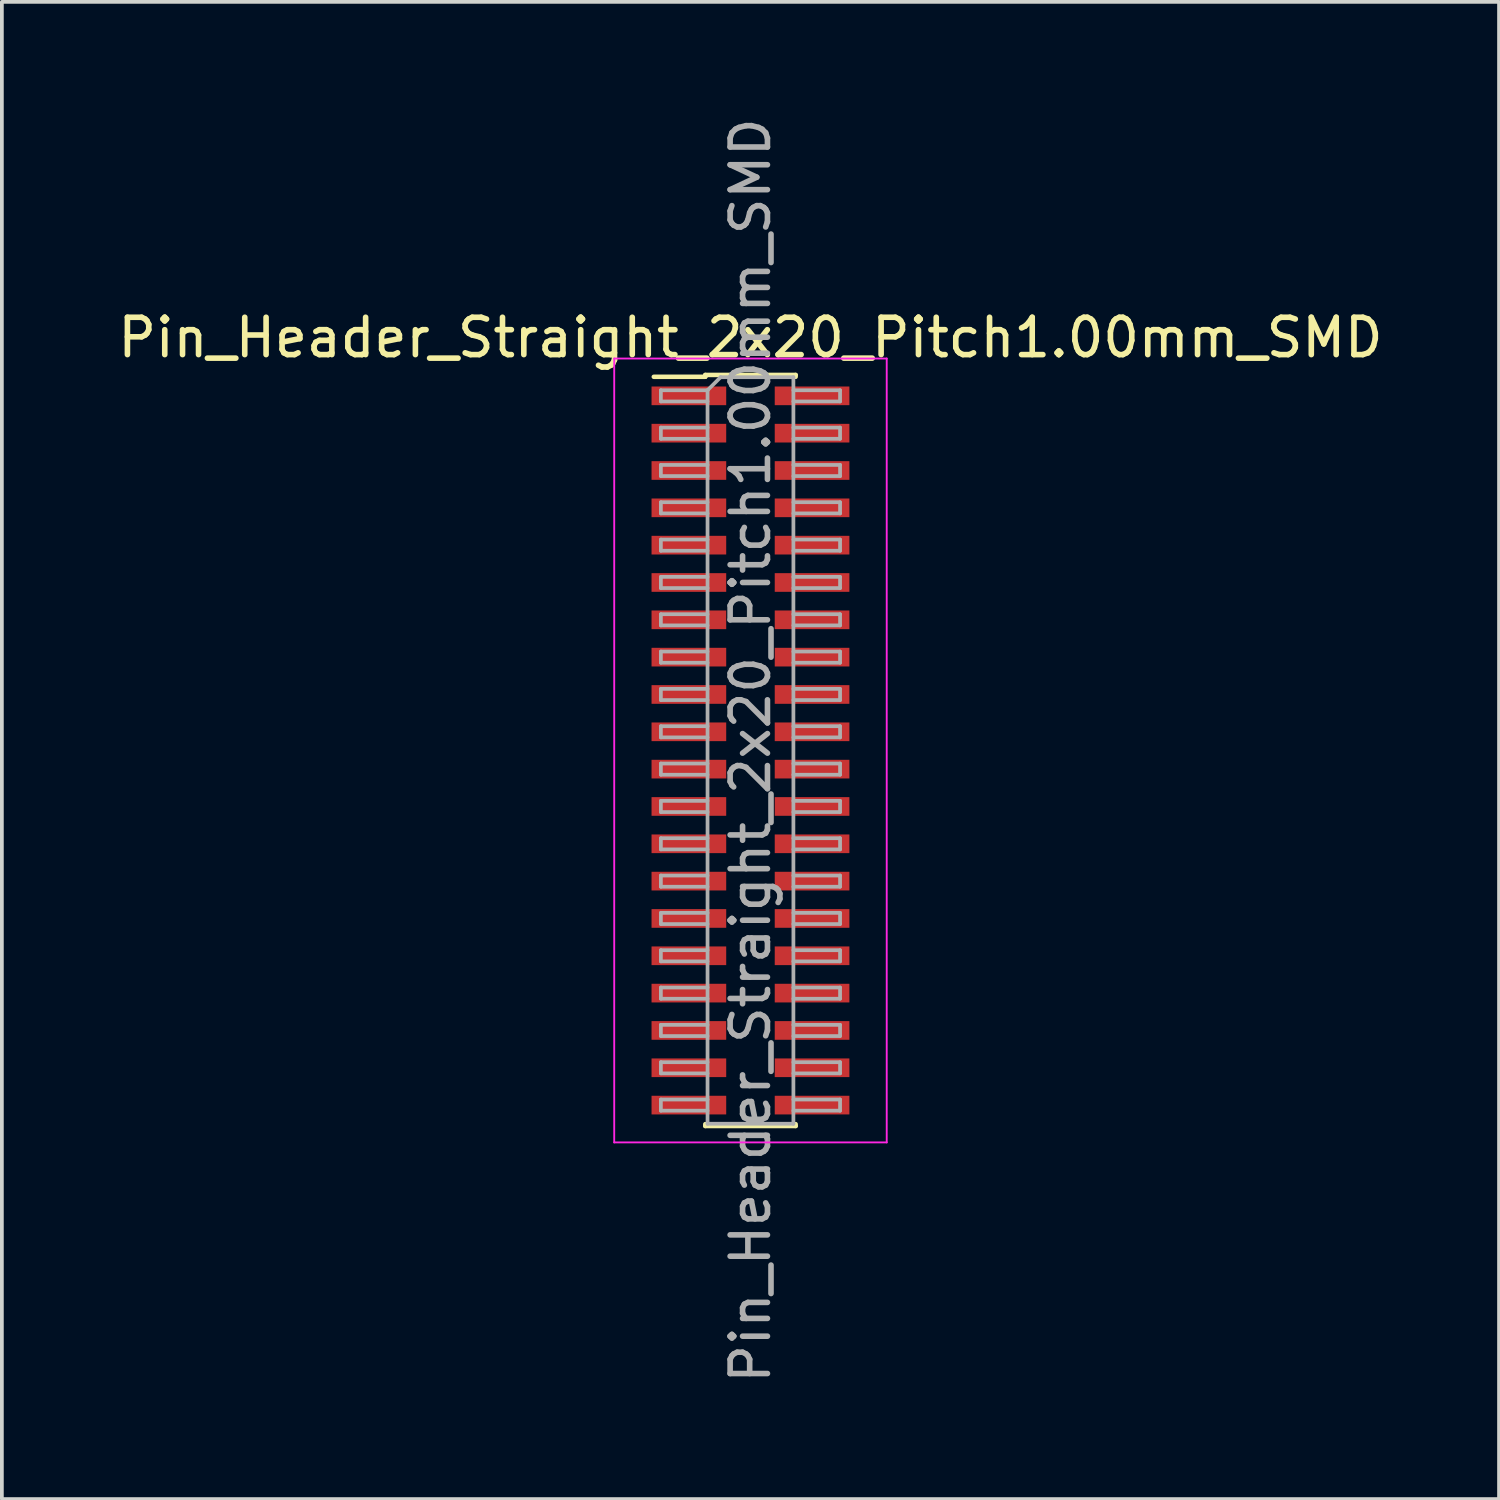
<source format=kicad_pcb>
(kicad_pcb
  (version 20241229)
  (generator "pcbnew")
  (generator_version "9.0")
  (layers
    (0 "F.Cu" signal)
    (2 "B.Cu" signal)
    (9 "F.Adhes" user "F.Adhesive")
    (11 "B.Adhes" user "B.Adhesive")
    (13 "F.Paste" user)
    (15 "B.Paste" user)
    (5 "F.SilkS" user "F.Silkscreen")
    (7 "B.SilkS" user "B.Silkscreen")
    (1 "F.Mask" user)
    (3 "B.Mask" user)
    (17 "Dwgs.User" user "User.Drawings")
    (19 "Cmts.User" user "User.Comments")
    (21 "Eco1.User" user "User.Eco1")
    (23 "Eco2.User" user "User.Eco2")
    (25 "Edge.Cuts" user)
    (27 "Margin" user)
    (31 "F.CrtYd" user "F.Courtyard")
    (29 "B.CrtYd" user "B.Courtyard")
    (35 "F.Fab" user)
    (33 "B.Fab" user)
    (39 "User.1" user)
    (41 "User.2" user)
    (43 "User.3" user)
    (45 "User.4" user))
  (footprint "Pin_Header_Straight_2x20_Pitch1.00mm_SMD"
    (layer "F.Cu")
    (at 17.054 17.054)
    (property "Reference" "Pin_Header_Straight_2x20_Pitch1.00mm_SMD" (at 0 -11.06 0) (layer "F.SilkS") (effects (font (size 1 1) (thickness 0.15))))
    (attr smd)
    (fp_line (start -2.59 -10.01) (end -1.21 -10.01) (stroke (width 0.12) (type solid)) (layer "F.SilkS"))
    (fp_line (start -1.21 -10.06) (end -1.21 -10.01) (stroke (width 0.12) (type solid)) (layer "F.SilkS"))
    (fp_line (start -1.21 -10.06) (end 1.21 -10.06) (stroke (width 0.12) (type solid)) (layer "F.SilkS"))
    (fp_line (start -1.21 10.01) (end -1.21 10.06) (stroke (width 0.12) (type solid)) (layer "F.SilkS"))
    (fp_line (start -1.21 10.06) (end 1.21 10.06) (stroke (width 0.12) (type solid)) (layer "F.SilkS"))
    (fp_line (start 1.21 -10.06) (end 1.21 -10.01) (stroke (width 0.12) (type solid)) (layer "F.SilkS"))
    (fp_line (start 1.21 10.01) (end 1.21 10.06) (stroke (width 0.12) (type solid)) (layer "F.SilkS"))
    (fp_line (start -3.65 -10.5) (end -3.65 10.5) (stroke (width 0.05) (type solid)) (layer "F.CrtYd"))
    (fp_line (start -3.65 10.5) (end 3.65 10.5) (stroke (width 0.05) (type solid)) (layer "F.CrtYd"))
    (fp_line (start 3.65 -10.5) (end -3.65 -10.5) (stroke (width 0.05) (type solid)) (layer "F.CrtYd"))
    (fp_line (start 3.65 10.5) (end 3.65 -10.5) (stroke (width 0.05) (type solid)) (layer "F.CrtYd"))
    (fp_line (start -2.4 -9.65) (end -2.4 -9.35) (stroke (width 0.1) (type solid)) (layer "F.Fab"))
    (fp_line (start -2.4 -9.35) (end -1.15 -9.35) (stroke (width 0.1) (type solid)) (layer "F.Fab"))
    (fp_line (start -2.4 -8.65) (end -2.4 -8.35) (stroke (width 0.1) (type solid)) (layer "F.Fab"))
    (fp_line (start -2.4 -8.35) (end -1.15 -8.35) (stroke (width 0.1) (type solid)) (layer "F.Fab"))
    (fp_line (start -2.4 -7.65) (end -2.4 -7.35) (stroke (width 0.1) (type solid)) (layer "F.Fab"))
    (fp_line (start -2.4 -7.35) (end -1.15 -7.35) (stroke (width 0.1) (type solid)) (layer "F.Fab"))
    (fp_line (start -2.4 -6.65) (end -2.4 -6.35) (stroke (width 0.1) (type solid)) (layer "F.Fab"))
    (fp_line (start -2.4 -6.35) (end -1.15 -6.35) (stroke (width 0.1) (type solid)) (layer "F.Fab"))
    (fp_line (start -2.4 -5.65) (end -2.4 -5.35) (stroke (width 0.1) (type solid)) (layer "F.Fab"))
    (fp_line (start -2.4 -5.35) (end -1.15 -5.35) (stroke (width 0.1) (type solid)) (layer "F.Fab"))
    (fp_line (start -2.4 -4.65) (end -2.4 -4.35) (stroke (width 0.1) (type solid)) (layer "F.Fab"))
    (fp_line (start -2.4 -4.35) (end -1.15 -4.35) (stroke (width 0.1) (type solid)) (layer "F.Fab"))
    (fp_line (start -2.4 -3.65) (end -2.4 -3.35) (stroke (width 0.1) (type solid)) (layer "F.Fab"))
    (fp_line (start -2.4 -3.35) (end -1.15 -3.35) (stroke (width 0.1) (type solid)) (layer "F.Fab"))
    (fp_line (start -2.4 -2.65) (end -2.4 -2.35) (stroke (width 0.1) (type solid)) (layer "F.Fab"))
    (fp_line (start -2.4 -2.35) (end -1.15 -2.35) (stroke (width 0.1) (type solid)) (layer "F.Fab"))
    (fp_line (start -2.4 -1.65) (end -2.4 -1.35) (stroke (width 0.1) (type solid)) (layer "F.Fab"))
    (fp_line (start -2.4 -1.35) (end -1.15 -1.35) (stroke (width 0.1) (type solid)) (layer "F.Fab"))
    (fp_line (start -2.4 -0.65) (end -2.4 -0.35) (stroke (width 0.1) (type solid)) (layer "F.Fab"))
    (fp_line (start -2.4 -0.35) (end -1.15 -0.35) (stroke (width 0.1) (type solid)) (layer "F.Fab"))
    (fp_line (start -2.4 0.35) (end -2.4 0.65) (stroke (width 0.1) (type solid)) (layer "F.Fab"))
    (fp_line (start -2.4 0.65) (end -1.15 0.65) (stroke (width 0.1) (type solid)) (layer "F.Fab"))
    (fp_line (start -2.4 1.35) (end -2.4 1.65) (stroke (width 0.1) (type solid)) (layer "F.Fab"))
    (fp_line (start -2.4 1.65) (end -1.15 1.65) (stroke (width 0.1) (type solid)) (layer "F.Fab"))
    (fp_line (start -2.4 2.35) (end -2.4 2.65) (stroke (width 0.1) (type solid)) (layer "F.Fab"))
    (fp_line (start -2.4 2.65) (end -1.15 2.65) (stroke (width 0.1) (type solid)) (layer "F.Fab"))
    (fp_line (start -2.4 3.35) (end -2.4 3.65) (stroke (width 0.1) (type solid)) (layer "F.Fab"))
    (fp_line (start -2.4 3.65) (end -1.15 3.65) (stroke (width 0.1) (type solid)) (layer "F.Fab"))
    (fp_line (start -2.4 4.35) (end -2.4 4.65) (stroke (width 0.1) (type solid)) (layer "F.Fab"))
    (fp_line (start -2.4 4.65) (end -1.15 4.65) (stroke (width 0.1) (type solid)) (layer "F.Fab"))
    (fp_line (start -2.4 5.35) (end -2.4 5.65) (stroke (width 0.1) (type solid)) (layer "F.Fab"))
    (fp_line (start -2.4 5.65) (end -1.15 5.65) (stroke (width 0.1) (type solid)) (layer "F.Fab"))
    (fp_line (start -2.4 6.35) (end -2.4 6.65) (stroke (width 0.1) (type solid)) (layer "F.Fab"))
    (fp_line (start -2.4 6.65) (end -1.15 6.65) (stroke (width 0.1) (type solid)) (layer "F.Fab"))
    (fp_line (start -2.4 7.35) (end -2.4 7.65) (stroke (width 0.1) (type solid)) (layer "F.Fab"))
    (fp_line (start -2.4 7.65) (end -1.15 7.65) (stroke (width 0.1) (type solid)) (layer "F.Fab"))
    (fp_line (start -2.4 8.35) (end -2.4 8.65) (stroke (width 0.1) (type solid)) (layer "F.Fab"))
    (fp_line (start -2.4 8.65) (end -1.15 8.65) (stroke (width 0.1) (type solid)) (layer "F.Fab"))
    (fp_line (start -2.4 9.35) (end -2.4 9.65) (stroke (width 0.1) (type solid)) (layer "F.Fab"))
    (fp_line (start -2.4 9.65) (end -1.15 9.65) (stroke (width 0.1) (type solid)) (layer "F.Fab"))
    (fp_line (start -1.15 -9.65) (end -2.4 -9.65) (stroke (width 0.1) (type solid)) (layer "F.Fab"))
    (fp_line (start -1.15 -9.65) (end -0.8 -10) (stroke (width 0.1) (type solid)) (layer "F.Fab"))
    (fp_line (start -1.15 -8.65) (end -2.4 -8.65) (stroke (width 0.1) (type solid)) (layer "F.Fab"))
    (fp_line (start -1.15 -7.65) (end -2.4 -7.65) (stroke (width 0.1) (type solid)) (layer "F.Fab"))
    (fp_line (start -1.15 -6.65) (end -2.4 -6.65) (stroke (width 0.1) (type solid)) (layer "F.Fab"))
    (fp_line (start -1.15 -5.65) (end -2.4 -5.65) (stroke (width 0.1) (type solid)) (layer "F.Fab"))
    (fp_line (start -1.15 -4.65) (end -2.4 -4.65) (stroke (width 0.1) (type solid)) (layer "F.Fab"))
    (fp_line (start -1.15 -3.65) (end -2.4 -3.65) (stroke (width 0.1) (type solid)) (layer "F.Fab"))
    (fp_line (start -1.15 -2.65) (end -2.4 -2.65) (stroke (width 0.1) (type solid)) (layer "F.Fab"))
    (fp_line (start -1.15 -1.65) (end -2.4 -1.65) (stroke (width 0.1) (type solid)) (layer "F.Fab"))
    (fp_line (start -1.15 -0.65) (end -2.4 -0.65) (stroke (width 0.1) (type solid)) (layer "F.Fab"))
    (fp_line (start -1.15 0.35) (end -2.4 0.35) (stroke (width 0.1) (type solid)) (layer "F.Fab"))
    (fp_line (start -1.15 1.35) (end -2.4 1.35) (stroke (width 0.1) (type solid)) (layer "F.Fab"))
    (fp_line (start -1.15 2.35) (end -2.4 2.35) (stroke (width 0.1) (type solid)) (layer "F.Fab"))
    (fp_line (start -1.15 3.35) (end -2.4 3.35) (stroke (width 0.1) (type solid)) (layer "F.Fab"))
    (fp_line (start -1.15 4.35) (end -2.4 4.35) (stroke (width 0.1) (type solid)) (layer "F.Fab"))
    (fp_line (start -1.15 5.35) (end -2.4 5.35) (stroke (width 0.1) (type solid)) (layer "F.Fab"))
    (fp_line (start -1.15 6.35) (end -2.4 6.35) (stroke (width 0.1) (type solid)) (layer "F.Fab"))
    (fp_line (start -1.15 7.35) (end -2.4 7.35) (stroke (width 0.1) (type solid)) (layer "F.Fab"))
    (fp_line (start -1.15 8.35) (end -2.4 8.35) (stroke (width 0.1) (type solid)) (layer "F.Fab"))
    (fp_line (start -1.15 9.35) (end -2.4 9.35) (stroke (width 0.1) (type solid)) (layer "F.Fab"))
    (fp_line (start -1.15 10) (end -1.15 -9.65) (stroke (width 0.1) (type solid)) (layer "F.Fab"))
    (fp_line (start -0.8 -10) (end 1.15 -10) (stroke (width 0.1) (type solid)) (layer "F.Fab"))
    (fp_line (start 1.15 -10) (end 1.15 10) (stroke (width 0.1) (type solid)) (layer "F.Fab"))
    (fp_line (start 1.15 -9.65) (end 2.4 -9.65) (stroke (width 0.1) (type solid)) (layer "F.Fab"))
    (fp_line (start 1.15 -8.65) (end 2.4 -8.65) (stroke (width 0.1) (type solid)) (layer "F.Fab"))
    (fp_line (start 1.15 -7.65) (end 2.4 -7.65) (stroke (width 0.1) (type solid)) (layer "F.Fab"))
    (fp_line (start 1.15 -6.65) (end 2.4 -6.65) (stroke (width 0.1) (type solid)) (layer "F.Fab"))
    (fp_line (start 1.15 -5.65) (end 2.4 -5.65) (stroke (width 0.1) (type solid)) (layer "F.Fab"))
    (fp_line (start 1.15 -4.65) (end 2.4 -4.65) (stroke (width 0.1) (type solid)) (layer "F.Fab"))
    (fp_line (start 1.15 -3.65) (end 2.4 -3.65) (stroke (width 0.1) (type solid)) (layer "F.Fab"))
    (fp_line (start 1.15 -2.65) (end 2.4 -2.65) (stroke (width 0.1) (type solid)) (layer "F.Fab"))
    (fp_line (start 1.15 -1.65) (end 2.4 -1.65) (stroke (width 0.1) (type solid)) (layer "F.Fab"))
    (fp_line (start 1.15 -0.65) (end 2.4 -0.65) (stroke (width 0.1) (type solid)) (layer "F.Fab"))
    (fp_line (start 1.15 0.35) (end 2.4 0.35) (stroke (width 0.1) (type solid)) (layer "F.Fab"))
    (fp_line (start 1.15 1.35) (end 2.4 1.35) (stroke (width 0.1) (type solid)) (layer "F.Fab"))
    (fp_line (start 1.15 2.35) (end 2.4 2.35) (stroke (width 0.1) (type solid)) (layer "F.Fab"))
    (fp_line (start 1.15 3.35) (end 2.4 3.35) (stroke (width 0.1) (type solid)) (layer "F.Fab"))
    (fp_line (start 1.15 4.35) (end 2.4 4.35) (stroke (width 0.1) (type solid)) (layer "F.Fab"))
    (fp_line (start 1.15 5.35) (end 2.4 5.35) (stroke (width 0.1) (type solid)) (layer "F.Fab"))
    (fp_line (start 1.15 6.35) (end 2.4 6.35) (stroke (width 0.1) (type solid)) (layer "F.Fab"))
    (fp_line (start 1.15 7.35) (end 2.4 7.35) (stroke (width 0.1) (type solid)) (layer "F.Fab"))
    (fp_line (start 1.15 8.35) (end 2.4 8.35) (stroke (width 0.1) (type solid)) (layer "F.Fab"))
    (fp_line (start 1.15 9.35) (end 2.4 9.35) (stroke (width 0.1) (type solid)) (layer "F.Fab"))
    (fp_line (start 1.15 10) (end -1.15 10) (stroke (width 0.1) (type solid)) (layer "F.Fab"))
    (fp_line (start 2.4 -9.65) (end 2.4 -9.35) (stroke (width 0.1) (type solid)) (layer "F.Fab"))
    (fp_line (start 2.4 -9.35) (end 1.15 -9.35) (stroke (width 0.1) (type solid)) (layer "F.Fab"))
    (fp_line (start 2.4 -8.65) (end 2.4 -8.35) (stroke (width 0.1) (type solid)) (layer "F.Fab"))
    (fp_line (start 2.4 -8.35) (end 1.15 -8.35) (stroke (width 0.1) (type solid)) (layer "F.Fab"))
    (fp_line (start 2.4 -7.65) (end 2.4 -7.35) (stroke (width 0.1) (type solid)) (layer "F.Fab"))
    (fp_line (start 2.4 -7.35) (end 1.15 -7.35) (stroke (width 0.1) (type solid)) (layer "F.Fab"))
    (fp_line (start 2.4 -6.65) (end 2.4 -6.35) (stroke (width 0.1) (type solid)) (layer "F.Fab"))
    (fp_line (start 2.4 -6.35) (end 1.15 -6.35) (stroke (width 0.1) (type solid)) (layer "F.Fab"))
    (fp_line (start 2.4 -5.65) (end 2.4 -5.35) (stroke (width 0.1) (type solid)) (layer "F.Fab"))
    (fp_line (start 2.4 -5.35) (end 1.15 -5.35) (stroke (width 0.1) (type solid)) (layer "F.Fab"))
    (fp_line (start 2.4 -4.65) (end 2.4 -4.35) (stroke (width 0.1) (type solid)) (layer "F.Fab"))
    (fp_line (start 2.4 -4.35) (end 1.15 -4.35) (stroke (width 0.1) (type solid)) (layer "F.Fab"))
    (fp_line (start 2.4 -3.65) (end 2.4 -3.35) (stroke (width 0.1) (type solid)) (layer "F.Fab"))
    (fp_line (start 2.4 -3.35) (end 1.15 -3.35) (stroke (width 0.1) (type solid)) (layer "F.Fab"))
    (fp_line (start 2.4 -2.65) (end 2.4 -2.35) (stroke (width 0.1) (type solid)) (layer "F.Fab"))
    (fp_line (start 2.4 -2.35) (end 1.15 -2.35) (stroke (width 0.1) (type solid)) (layer "F.Fab"))
    (fp_line (start 2.4 -1.65) (end 2.4 -1.35) (stroke (width 0.1) (type solid)) (layer "F.Fab"))
    (fp_line (start 2.4 -1.35) (end 1.15 -1.35) (stroke (width 0.1) (type solid)) (layer "F.Fab"))
    (fp_line (start 2.4 -0.65) (end 2.4 -0.35) (stroke (width 0.1) (type solid)) (layer "F.Fab"))
    (fp_line (start 2.4 -0.35) (end 1.15 -0.35) (stroke (width 0.1) (type solid)) (layer "F.Fab"))
    (fp_line (start 2.4 0.35) (end 2.4 0.65) (stroke (width 0.1) (type solid)) (layer "F.Fab"))
    (fp_line (start 2.4 0.65) (end 1.15 0.65) (stroke (width 0.1) (type solid)) (layer "F.Fab"))
    (fp_line (start 2.4 1.35) (end 2.4 1.65) (stroke (width 0.1) (type solid)) (layer "F.Fab"))
    (fp_line (start 2.4 1.65) (end 1.15 1.65) (stroke (width 0.1) (type solid)) (layer "F.Fab"))
    (fp_line (start 2.4 2.35) (end 2.4 2.65) (stroke (width 0.1) (type solid)) (layer "F.Fab"))
    (fp_line (start 2.4 2.65) (end 1.15 2.65) (stroke (width 0.1) (type solid)) (layer "F.Fab"))
    (fp_line (start 2.4 3.35) (end 2.4 3.65) (stroke (width 0.1) (type solid)) (layer "F.Fab"))
    (fp_line (start 2.4 3.65) (end 1.15 3.65) (stroke (width 0.1) (type solid)) (layer "F.Fab"))
    (fp_line (start 2.4 4.35) (end 2.4 4.65) (stroke (width 0.1) (type solid)) (layer "F.Fab"))
    (fp_line (start 2.4 4.65) (end 1.15 4.65) (stroke (width 0.1) (type solid)) (layer "F.Fab"))
    (fp_line (start 2.4 5.35) (end 2.4 5.65) (stroke (width 0.1) (type solid)) (layer "F.Fab"))
    (fp_line (start 2.4 5.65) (end 1.15 5.65) (stroke (width 0.1) (type solid)) (layer "F.Fab"))
    (fp_line (start 2.4 6.35) (end 2.4 6.65) (stroke (width 0.1) (type solid)) (layer "F.Fab"))
    (fp_line (start 2.4 6.65) (end 1.15 6.65) (stroke (width 0.1) (type solid)) (layer "F.Fab"))
    (fp_line (start 2.4 7.35) (end 2.4 7.65) (stroke (width 0.1) (type solid)) (layer "F.Fab"))
    (fp_line (start 2.4 7.65) (end 1.15 7.65) (stroke (width 0.1) (type solid)) (layer "F.Fab"))
    (fp_line (start 2.4 8.35) (end 2.4 8.65) (stroke (width 0.1) (type solid)) (layer "F.Fab"))
    (fp_line (start 2.4 8.65) (end 1.15 8.65) (stroke (width 0.1) (type solid)) (layer "F.Fab"))
    (fp_line (start 2.4 9.35) (end 2.4 9.65) (stroke (width 0.1) (type solid)) (layer "F.Fab"))
    (fp_line (start 2.4 9.65) (end 1.15 9.65) (stroke (width 0.1) (type solid)) (layer "F.Fab"))
    (fp_text user "${REFERENCE}" (at 0 0 90) (layer "F.Fab") (effects (font (size 1 1) (thickness 0.15))))
    (pad "1" smd rect (at -1.65 -9.5) (size 2 0.5) (layers "F.Cu" "F.Mask" "F.Paste"))
    (pad "2" smd rect (at 1.65 -9.5) (size 2 0.5) (layers "F.Cu" "F.Mask" "F.Paste"))
    (pad "3" smd rect (at -1.65 -8.5) (size 2 0.5) (layers "F.Cu" "F.Mask" "F.Paste"))
    (pad "4" smd rect (at 1.65 -8.5) (size 2 0.5) (layers "F.Cu" "F.Mask" "F.Paste"))
    (pad "5" smd rect (at -1.65 -7.5) (size 2 0.5) (layers "F.Cu" "F.Mask" "F.Paste"))
    (pad "6" smd rect (at 1.65 -7.5) (size 2 0.5) (layers "F.Cu" "F.Mask" "F.Paste"))
    (pad "7" smd rect (at -1.65 -6.5) (size 2 0.5) (layers "F.Cu" "F.Mask" "F.Paste"))
    (pad "8" smd rect (at 1.65 -6.5) (size 2 0.5) (layers "F.Cu" "F.Mask" "F.Paste"))
    (pad "9" smd rect (at -1.65 -5.5) (size 2 0.5) (layers "F.Cu" "F.Mask" "F.Paste"))
    (pad "10" smd rect (at 1.65 -5.5) (size 2 0.5) (layers "F.Cu" "F.Mask" "F.Paste"))
    (pad "11" smd rect (at -1.65 -4.5) (size 2 0.5) (layers "F.Cu" "F.Mask" "F.Paste"))
    (pad "12" smd rect (at 1.65 -4.5) (size 2 0.5) (layers "F.Cu" "F.Mask" "F.Paste"))
    (pad "13" smd rect (at -1.65 -3.5) (size 2 0.5) (layers "F.Cu" "F.Mask" "F.Paste"))
    (pad "14" smd rect (at 1.65 -3.5) (size 2 0.5) (layers "F.Cu" "F.Mask" "F.Paste"))
    (pad "15" smd rect (at -1.65 -2.5) (size 2 0.5) (layers "F.Cu" "F.Mask" "F.Paste"))
    (pad "16" smd rect (at 1.65 -2.5) (size 2 0.5) (layers "F.Cu" "F.Mask" "F.Paste"))
    (pad "17" smd rect (at -1.65 -1.5) (size 2 0.5) (layers "F.Cu" "F.Mask" "F.Paste"))
    (pad "18" smd rect (at 1.65 -1.5) (size 2 0.5) (layers "F.Cu" "F.Mask" "F.Paste"))
    (pad "19" smd rect (at -1.65 -0.5) (size 2 0.5) (layers "F.Cu" "F.Mask" "F.Paste"))
    (pad "20" smd rect (at 1.65 -0.5) (size 2 0.5) (layers "F.Cu" "F.Mask" "F.Paste"))
    (pad "21" smd rect (at -1.65 0.5) (size 2 0.5) (layers "F.Cu" "F.Mask" "F.Paste"))
    (pad "22" smd rect (at 1.65 0.5) (size 2 0.5) (layers "F.Cu" "F.Mask" "F.Paste"))
    (pad "23" smd rect (at -1.65 1.5) (size 2 0.5) (layers "F.Cu" "F.Mask" "F.Paste"))
    (pad "24" smd rect (at 1.65 1.5) (size 2 0.5) (layers "F.Cu" "F.Mask" "F.Paste"))
    (pad "25" smd rect (at -1.65 2.5) (size 2 0.5) (layers "F.Cu" "F.Mask" "F.Paste"))
    (pad "26" smd rect (at 1.65 2.5) (size 2 0.5) (layers "F.Cu" "F.Mask" "F.Paste"))
    (pad "27" smd rect (at -1.65 3.5) (size 2 0.5) (layers "F.Cu" "F.Mask" "F.Paste"))
    (pad "28" smd rect (at 1.65 3.5) (size 2 0.5) (layers "F.Cu" "F.Mask" "F.Paste"))
    (pad "29" smd rect (at -1.65 4.5) (size 2 0.5) (layers "F.Cu" "F.Mask" "F.Paste"))
    (pad "30" smd rect (at 1.65 4.5) (size 2 0.5) (layers "F.Cu" "F.Mask" "F.Paste"))
    (pad "31" smd rect (at -1.65 5.5) (size 2 0.5) (layers "F.Cu" "F.Mask" "F.Paste"))
    (pad "32" smd rect (at 1.65 5.5) (size 2 0.5) (layers "F.Cu" "F.Mask" "F.Paste"))
    (pad "33" smd rect (at -1.65 6.5) (size 2 0.5) (layers "F.Cu" "F.Mask" "F.Paste"))
    (pad "34" smd rect (at 1.65 6.5) (size 2 0.5) (layers "F.Cu" "F.Mask" "F.Paste"))
    (pad "35" smd rect (at -1.65 7.5) (size 2 0.5) (layers "F.Cu" "F.Mask" "F.Paste"))
    (pad "36" smd rect (at 1.65 7.5) (size 2 0.5) (layers "F.Cu" "F.Mask" "F.Paste"))
    (pad "37" smd rect (at -1.65 8.5) (size 2 0.5) (layers "F.Cu" "F.Mask" "F.Paste"))
    (pad "38" smd rect (at 1.65 8.5) (size 2 0.5) (layers "F.Cu" "F.Mask" "F.Paste"))
    (pad "39" smd rect (at -1.65 9.5) (size 2 0.5) (layers "F.Cu" "F.Mask" "F.Paste"))
    (pad "40" smd rect (at 1.65 9.5) (size 2 0.5) (layers "F.Cu" "F.Mask" "F.Paste")))
  (gr_rect
    (start -3 -3)
    (end 37.107 37.107)
    (stroke (width 0.1) (type default))
    (fill no)
    (layer "Edge.Cuts")))
</source>
